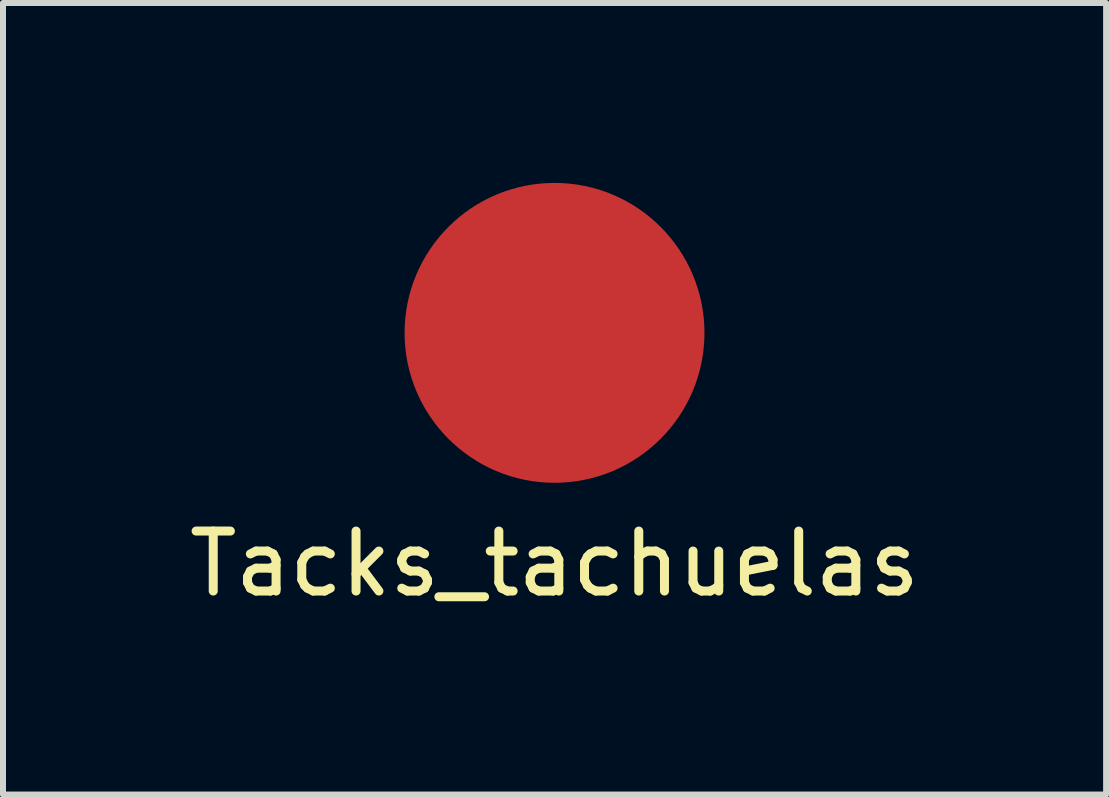
<source format=kicad_pcb>
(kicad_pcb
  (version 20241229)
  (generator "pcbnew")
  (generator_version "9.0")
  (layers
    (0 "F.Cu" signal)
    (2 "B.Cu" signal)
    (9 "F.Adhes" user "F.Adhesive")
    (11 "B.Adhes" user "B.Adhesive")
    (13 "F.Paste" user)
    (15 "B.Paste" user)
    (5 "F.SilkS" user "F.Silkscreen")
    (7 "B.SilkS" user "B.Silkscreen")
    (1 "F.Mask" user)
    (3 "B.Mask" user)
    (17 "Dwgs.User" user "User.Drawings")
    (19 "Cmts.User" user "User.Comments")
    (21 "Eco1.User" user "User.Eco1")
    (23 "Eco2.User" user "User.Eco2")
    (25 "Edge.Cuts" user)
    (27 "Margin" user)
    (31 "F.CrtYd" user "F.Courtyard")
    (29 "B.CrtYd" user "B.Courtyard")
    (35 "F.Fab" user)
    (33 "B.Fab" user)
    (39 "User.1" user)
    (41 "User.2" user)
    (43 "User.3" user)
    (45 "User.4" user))
  (footprint "Tacks_tachuelas"
    (layer "F.Cu")
    (at 6.196 2.5)
    (property "Reference" "Tacks_tachuelas" (at 0 3.85 0) (layer "F.SilkS") (effects (font (size 1 1) (thickness 0.15))))
    (attr through_hole)
    (pad "1" smd circle (at 0 0 90) (size 5 5) (layers "F.Cu" "F.Mask" "F.Paste")))
  (gr_rect
    (start -3 -3)
    (end 15.393 10.198)
    (stroke (width 0.1) (type default))
    (fill no)
    (layer "Edge.Cuts")))
</source>
